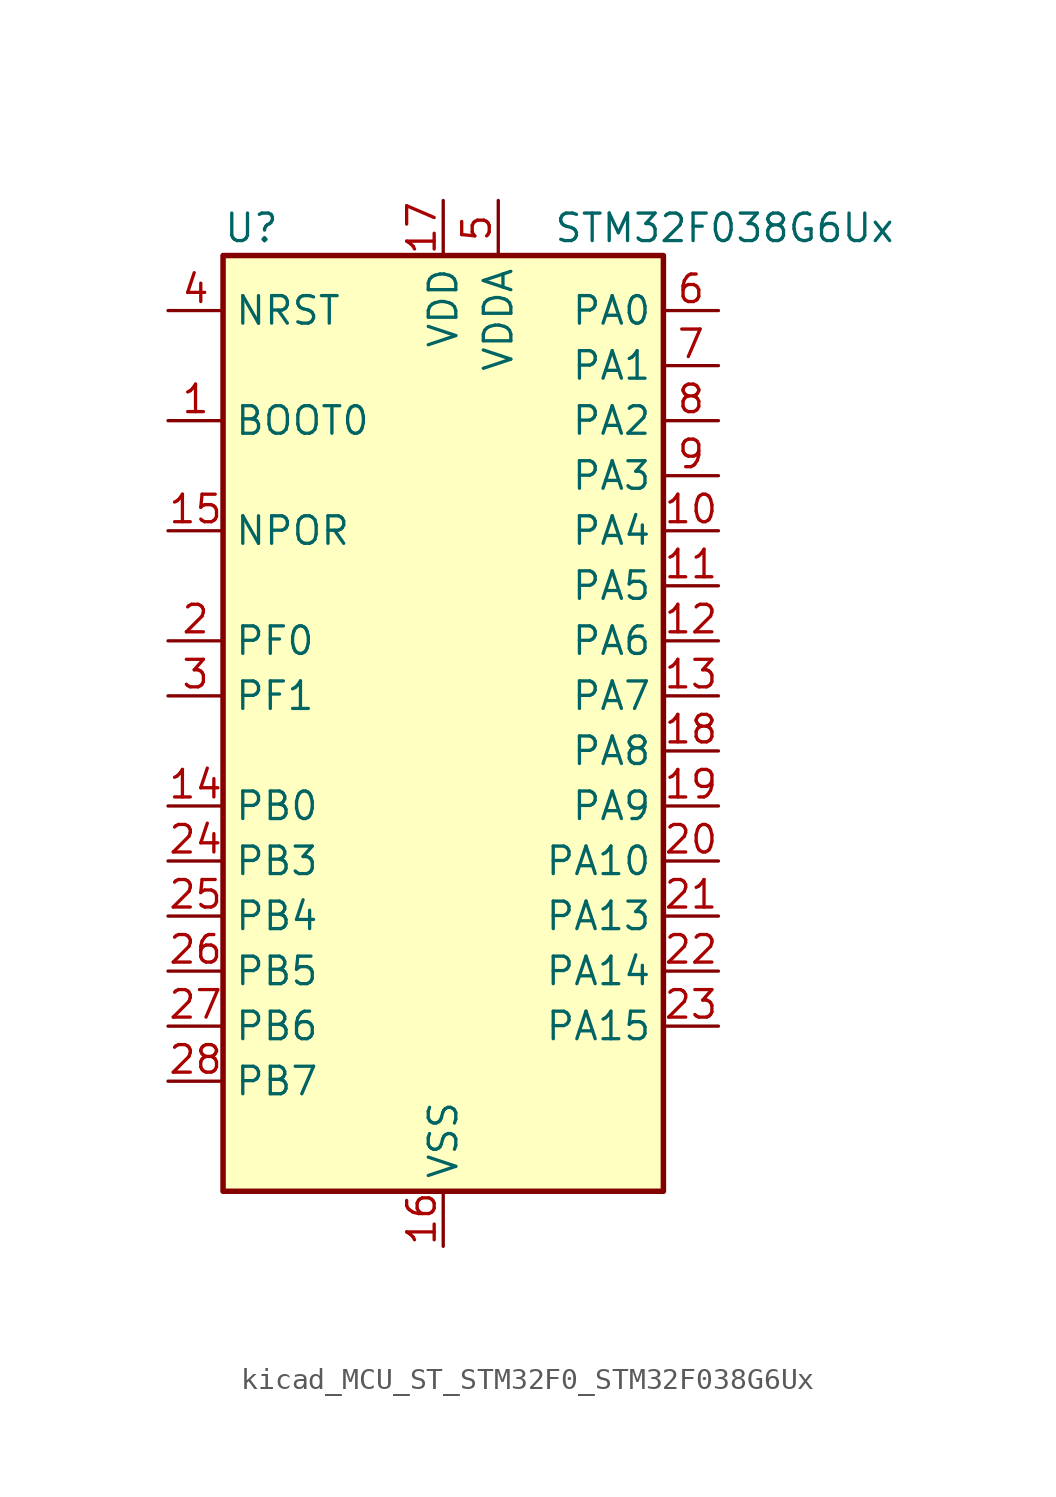
<source format=kicad_sym>
(kicad_symbol_lib
  (version 20220914)
  (generator kicad_symbol_editor)
  (symbol "kicad_MCU_ST_STM32F0_STM32F038G6Ux"
    (property "Reference" "U"
      (at -10.16 24.13 0)
      (effects (font (size 1.27 1.27)) (justify left)))
    (property "Value" "STM32F038G6Ux"
      (at 5.08 24.13 0)
      (effects (font (size 1.27 1.27)) (justify left)))
    (property "ki_locked" ""
      (at 0 0 0)
      (effects (font (size 1.27 1.27))))
    (symbol "kicad_MCU_ST_STM32F0_STM32F038G6Ux_0_1"
      (rectangle (start -10.16 -20.32) (end 10.16 22.86) (stroke (width 0.254) (type default)) (fill (type background))))
    (symbol "kicad_MCU_ST_STM32F0_STM32F038G6Ux_1_1"
      (pin input line (at -12.7 15.24 0) (length 2.54) (name "BOOT0" (effects (font (size 1.27 1.27)))) (number "1" (effects (font (size 1.27 1.27)))))
      (pin bidirectional line (at 12.7 10.16 180) (length 2.54) (name "PA4" (effects (font (size 1.27 1.27)))) (number "10" (effects (font (size 1.27 1.27)))) (alternate "ADC_IN4" bidirectional line) (alternate "I2S1_WS" bidirectional line) (alternate "SPI1_NSS" bidirectional line) (alternate "TIM14_CH1" bidirectional line) (alternate "USART1_CK" bidirectional line))
      (pin bidirectional line (at 12.7 7.62 180) (length 2.54) (name "PA5" (effects (font (size 1.27 1.27)))) (number "11" (effects (font (size 1.27 1.27)))) (alternate "ADC_IN5" bidirectional line) (alternate "I2S1_CK" bidirectional line) (alternate "SPI1_SCK" bidirectional line) (alternate "TIM2_CH1" bidirectional line) (alternate "TIM2_ETR" bidirectional line))
      (pin bidirectional line (at 12.7 5.08 180) (length 2.54) (name "PA6" (effects (font (size 1.27 1.27)))) (number "12" (effects (font (size 1.27 1.27)))) (alternate "ADC_IN6" bidirectional line) (alternate "I2S1_MCK" bidirectional line) (alternate "SPI1_MISO" bidirectional line) (alternate "TIM16_CH1" bidirectional line) (alternate "TIM1_BKIN" bidirectional line) (alternate "TIM3_CH1" bidirectional line))
      (pin bidirectional line (at 12.7 2.54 180) (length 2.54) (name "PA7" (effects (font (size 1.27 1.27)))) (number "13" (effects (font (size 1.27 1.27)))) (alternate "ADC_IN7" bidirectional line) (alternate "I2S1_SD" bidirectional line) (alternate "SPI1_MOSI" bidirectional line) (alternate "TIM14_CH1" bidirectional line) (alternate "TIM17_CH1" bidirectional line) (alternate "TIM1_CH1N" bidirectional line) (alternate "TIM3_CH2" bidirectional line))
      (pin bidirectional line (at -12.7 -2.54 0) (length 2.54) (name "PB0" (effects (font (size 1.27 1.27)))) (number "14" (effects (font (size 1.27 1.27)))) (alternate "ADC_IN8" bidirectional line) (alternate "TIM1_CH2N" bidirectional line) (alternate "TIM3_CH3" bidirectional line))
      (pin input line (at -12.7 10.16 0) (length 2.54) (name "NPOR" (effects (font (size 1.27 1.27)))) (number "15" (effects (font (size 1.27 1.27)))))
      (pin power_in line (at 0 -22.86 90) (length 2.54) (name "VSS" (effects (font (size 1.27 1.27)))) (number "16" (effects (font (size 1.27 1.27)))))
      (pin power_in line (at 0 25.4 270) (length 2.54) (name "VDD" (effects (font (size 1.27 1.27)))) (number "17" (effects (font (size 1.27 1.27)))))
      (pin bidirectional line (at 12.7 0 180) (length 2.54) (name "PA8" (effects (font (size 1.27 1.27)))) (number "18" (effects (font (size 1.27 1.27)))) (alternate "RCC_MCO" bidirectional line) (alternate "TIM1_CH1" bidirectional line) (alternate "USART1_CK" bidirectional line))
      (pin bidirectional line (at 12.7 -2.54 180) (length 2.54) (name "PA9" (effects (font (size 1.27 1.27)))) (number "19" (effects (font (size 1.27 1.27)))) (alternate "I2C1_SCL" bidirectional line) (alternate "TIM1_CH2" bidirectional line) (alternate "USART1_TX" bidirectional line))
      (pin bidirectional line (at -12.7 5.08 0) (length 2.54) (name "PF0" (effects (font (size 1.27 1.27)))) (number "2" (effects (font (size 1.27 1.27)))) (alternate "RCC_OSC_IN" bidirectional line))
      (pin bidirectional line (at 12.7 -5.08 180) (length 2.54) (name "PA10" (effects (font (size 1.27 1.27)))) (number "20" (effects (font (size 1.27 1.27)))) (alternate "I2C1_SDA" bidirectional line) (alternate "TIM17_BKIN" bidirectional line) (alternate "TIM1_CH3" bidirectional line) (alternate "USART1_RX" bidirectional line))
      (pin bidirectional line (at 12.7 -7.62 180) (length 2.54) (name "PA13" (effects (font (size 1.27 1.27)))) (number "21" (effects (font (size 1.27 1.27)))) (alternate "IR_OUT" bidirectional line) (alternate "SYS_SWDIO" bidirectional line))
      (pin bidirectional line (at 12.7 -10.16 180) (length 2.54) (name "PA14" (effects (font (size 1.27 1.27)))) (number "22" (effects (font (size 1.27 1.27)))) (alternate "SYS_SWCLK" bidirectional line) (alternate "USART1_TX" bidirectional line))
      (pin bidirectional line (at 12.7 -12.7 180) (length 2.54) (name "PA15" (effects (font (size 1.27 1.27)))) (number "23" (effects (font (size 1.27 1.27)))) (alternate "I2S1_WS" bidirectional line) (alternate "SPI1_NSS" bidirectional line) (alternate "TIM2_CH1" bidirectional line) (alternate "TIM2_ETR" bidirectional line) (alternate "USART1_RX" bidirectional line))
      (pin bidirectional line (at -12.7 -5.08 0) (length 2.54) (name "PB3" (effects (font (size 1.27 1.27)))) (number "24" (effects (font (size 1.27 1.27)))) (alternate "I2S1_CK" bidirectional line) (alternate "SPI1_SCK" bidirectional line) (alternate "TIM2_CH2" bidirectional line))
      (pin bidirectional line (at -12.7 -7.62 0) (length 2.54) (name "PB4" (effects (font (size 1.27 1.27)))) (number "25" (effects (font (size 1.27 1.27)))) (alternate "I2S1_MCK" bidirectional line) (alternate "SPI1_MISO" bidirectional line) (alternate "TIM3_CH1" bidirectional line))
      (pin bidirectional line (at -12.7 -10.16 0) (length 2.54) (name "PB5" (effects (font (size 1.27 1.27)))) (number "26" (effects (font (size 1.27 1.27)))) (alternate "I2C1_SMBA" bidirectional line) (alternate "I2S1_SD" bidirectional line) (alternate "SPI1_MOSI" bidirectional line) (alternate "TIM16_BKIN" bidirectional line) (alternate "TIM3_CH2" bidirectional line))
      (pin bidirectional line (at -12.7 -12.7 0) (length 2.54) (name "PB6" (effects (font (size 1.27 1.27)))) (number "27" (effects (font (size 1.27 1.27)))) (alternate "I2C1_SCL" bidirectional line) (alternate "TIM16_CH1N" bidirectional line) (alternate "USART1_TX" bidirectional line))
      (pin bidirectional line (at -12.7 -15.24 0) (length 2.54) (name "PB7" (effects (font (size 1.27 1.27)))) (number "28" (effects (font (size 1.27 1.27)))) (alternate "I2C1_SDA" bidirectional line) (alternate "TIM17_CH1N" bidirectional line) (alternate "USART1_RX" bidirectional line))
      (pin bidirectional line (at -12.7 2.54 0) (length 2.54) (name "PF1" (effects (font (size 1.27 1.27)))) (number "3" (effects (font (size 1.27 1.27)))) (alternate "RCC_OSC_OUT" bidirectional line))
      (pin input line (at -12.7 20.32 0) (length 2.54) (name "NRST" (effects (font (size 1.27 1.27)))) (number "4" (effects (font (size 1.27 1.27)))))
      (pin power_in line (at 2.54 25.4 270) (length 2.54) (name "VDDA" (effects (font (size 1.27 1.27)))) (number "5" (effects (font (size 1.27 1.27)))))
      (pin bidirectional line (at 12.7 20.32 180) (length 2.54) (name "PA0" (effects (font (size 1.27 1.27)))) (number "6" (effects (font (size 1.27 1.27)))) (alternate "ADC_IN0" bidirectional line) (alternate "RTC_TAMP2" bidirectional line) (alternate "SYS_WKUP1" bidirectional line) (alternate "TIM2_CH1" bidirectional line) (alternate "TIM2_ETR" bidirectional line) (alternate "USART1_CTS" bidirectional line))
      (pin bidirectional line (at 12.7 17.78 180) (length 2.54) (name "PA1" (effects (font (size 1.27 1.27)))) (number "7" (effects (font (size 1.27 1.27)))) (alternate "ADC_IN1" bidirectional line) (alternate "TIM2_CH2" bidirectional line) (alternate "USART1_DE" bidirectional line) (alternate "USART1_RTS" bidirectional line))
      (pin bidirectional line (at 12.7 15.24 180) (length 2.54) (name "PA2" (effects (font (size 1.27 1.27)))) (number "8" (effects (font (size 1.27 1.27)))) (alternate "ADC_IN2" bidirectional line) (alternate "TIM2_CH3" bidirectional line) (alternate "USART1_TX" bidirectional line))
      (pin bidirectional line (at 12.7 12.7 180) (length 2.54) (name "PA3" (effects (font (size 1.27 1.27)))) (number "9" (effects (font (size 1.27 1.27)))) (alternate "ADC_IN3" bidirectional line) (alternate "TIM2_CH4" bidirectional line) (alternate "USART1_RX" bidirectional line)))))
</source>
